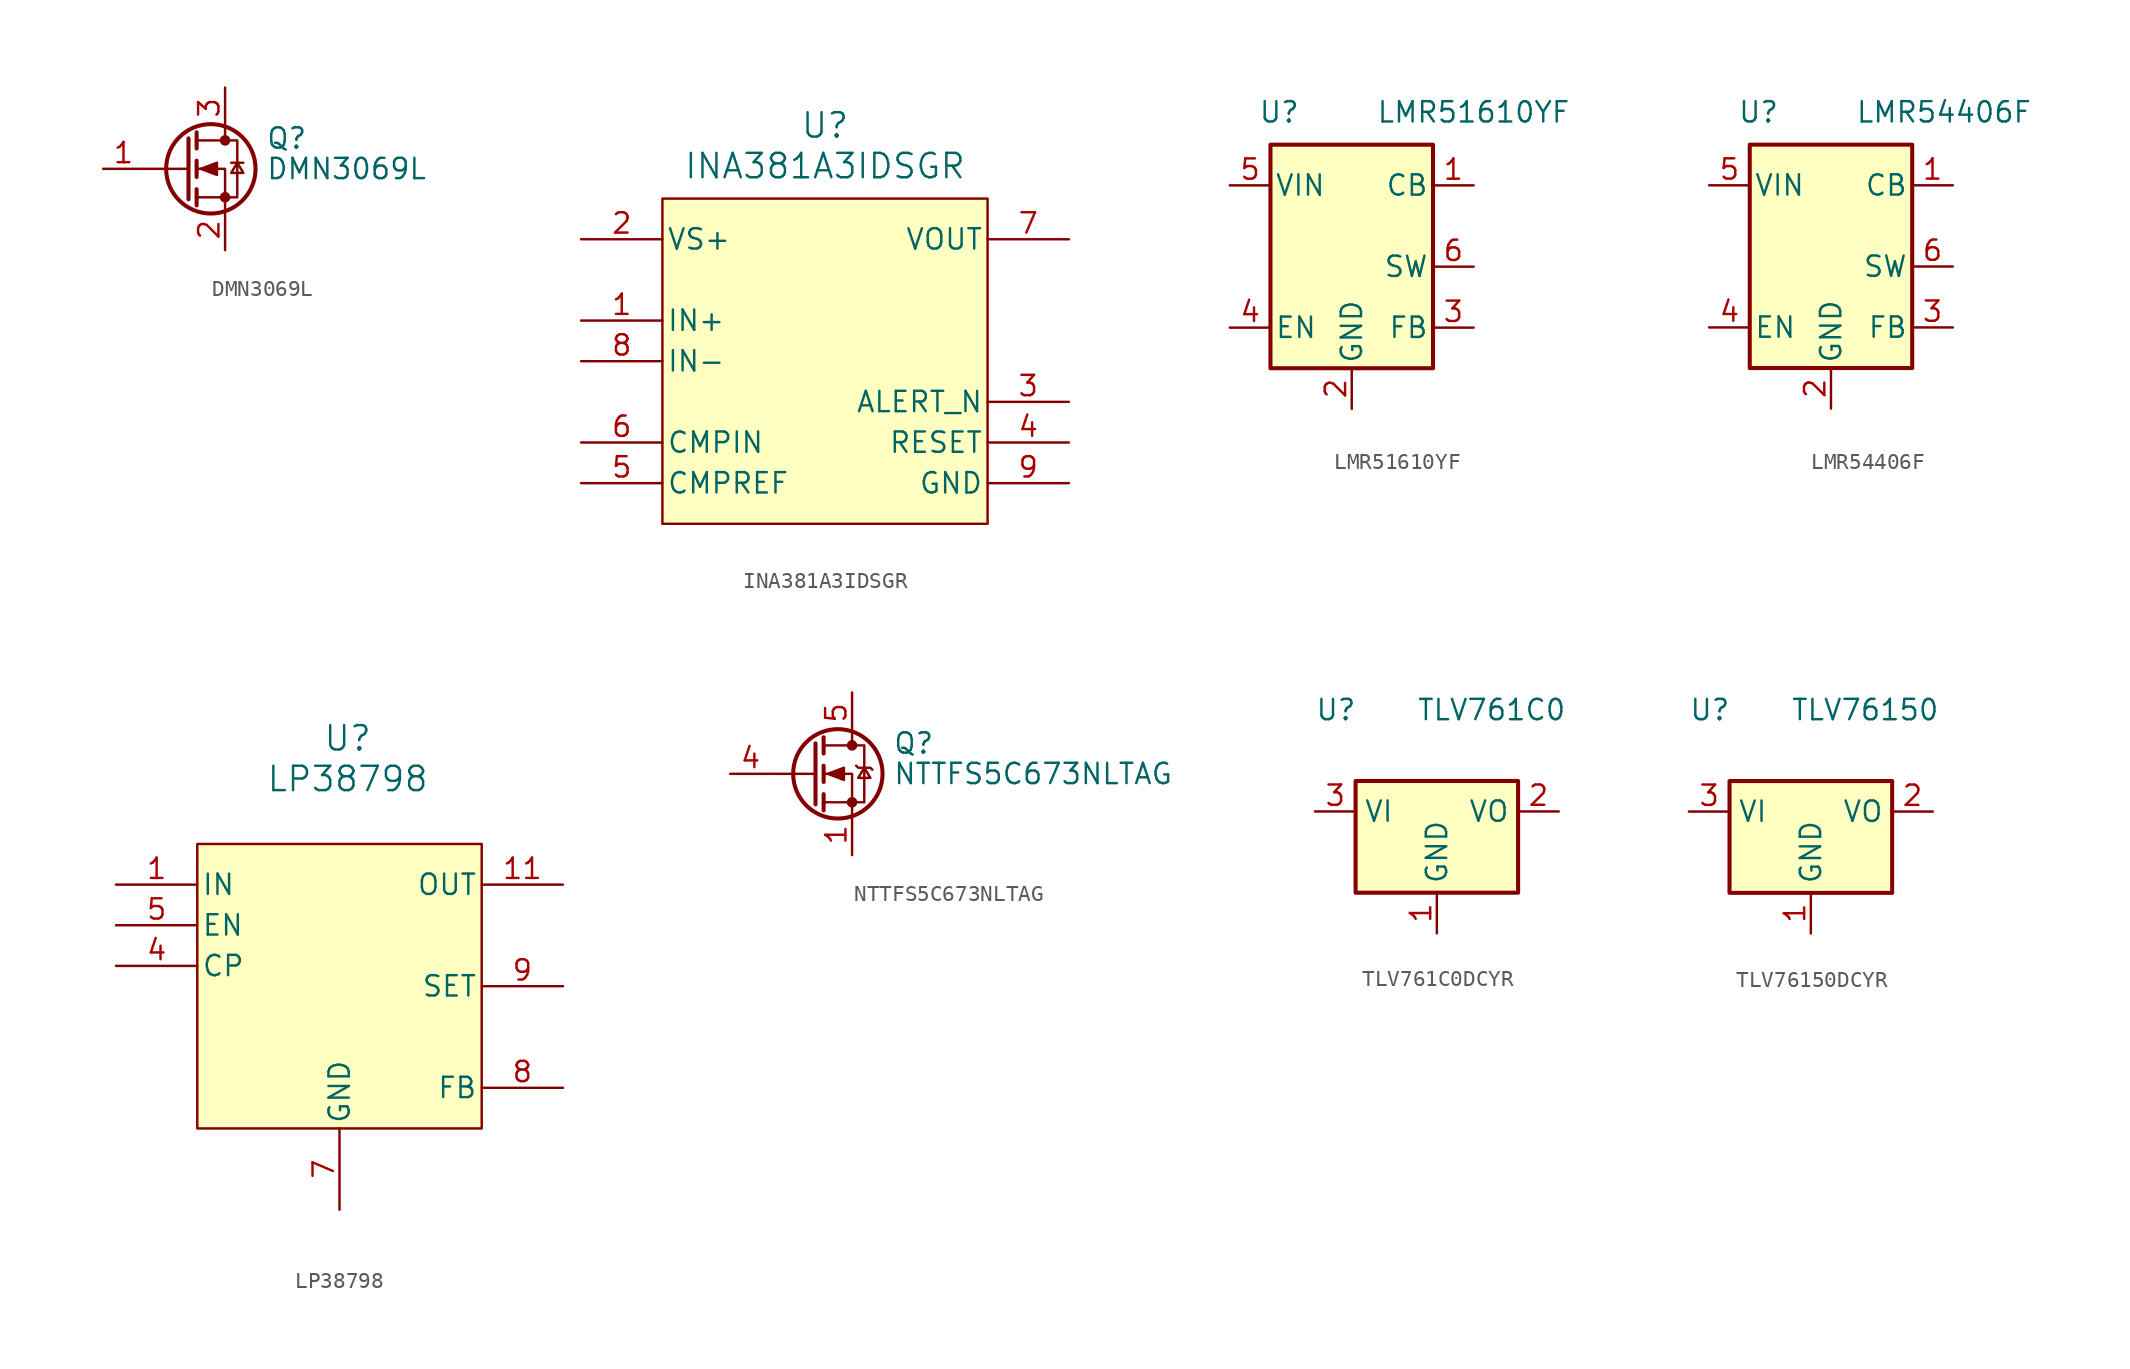
<source format=kicad_sym>
(kicad_symbol_lib
  (version 20241209)
  (generator "kicad_symbol_editor")
  (generator_version "9.0")
  (symbol "DMN3069L"
    (pin_names
      (offset 0)
      (hide yes))
    (property "Reference" "Q"
      (at 5.08 1.905 0)
      (effects (font (size 1.27 1.27)) (justify left)))
    (property "Value" "DMN3069L"
      (at 5.08 0 0)
      (effects (font (size 1.27 1.27)) (justify left)))
    (symbol "DMN3069L_0_1"
      (polyline (pts (xy 0.254 1.905) (xy 0.254 -1.905)) (stroke (width 0.254) (type default)) (fill (type none)))
      (polyline (pts (xy 0.254 0) (xy -2.54 0)) (stroke (width 0) (type default)) (fill (type none)))
      (polyline (pts (xy 0.762 2.286) (xy 0.762 1.27)) (stroke (width 0.254) (type default)) (fill (type none)))
      (polyline (pts (xy 0.762 0.508) (xy 0.762 -0.508)) (stroke (width 0.254) (type default)) (fill (type none)))
      (polyline (pts (xy 0.762 -1.27) (xy 0.762 -2.286)) (stroke (width 0.254) (type default)) (fill (type none)))
      (polyline (pts (xy 0.762 -1.778) (xy 3.302 -1.778) (xy 3.302 1.778) (xy 0.762 1.778)) (stroke (width 0) (type default)) (fill (type none)))
      (polyline (pts (xy 1.016 0) (xy 2.032 0.381) (xy 2.032 -0.381) (xy 1.016 0)) (stroke (width 0) (type default)) (fill (type outline)))
      (circle (center 1.651 0) (radius 2.794) (stroke (width 0.254) (type default)) (fill (type none)))
      (polyline (pts (xy 2.54 2.54) (xy 2.54 1.778)) (stroke (width 0) (type default)) (fill (type none)))
      (circle (center 2.54 1.778) (radius 0.254) (stroke (width 0) (type default)) (fill (type outline)))
      (circle (center 2.54 -1.778) (radius 0.254) (stroke (width 0) (type default)) (fill (type outline)))
      (polyline (pts (xy 2.54 -2.54) (xy 2.54 0) (xy 0.762 0)) (stroke (width 0) (type default)) (fill (type none)))
      (polyline (pts (xy 2.921 0.381) (xy 3.683 0.381)) (stroke (width 0) (type default)) (fill (type none)))
      (polyline (pts (xy 3.302 0.381) (xy 2.921 -0.254) (xy 3.683 -0.254) (xy 3.302 0.381)) (stroke (width 0) (type default)) (fill (type none))))
    (symbol "DMN3069L_1_1"
      (pin input line (at -5.08 0 0) (length 2.54) (name "G" (effects (font (size 1.27 1.27)))) (number "1" (effects (font (size 1.27 1.27)))))
      (pin passive line (at 2.54 5.08 270) (length 2.54) (name "D" (effects (font (size 1.27 1.27)))) (number "3" (effects (font (size 1.27 1.27)))))
      (pin passive line (at 2.54 -5.08 90) (length 2.54) (name "S" (effects (font (size 1.27 1.27)))) (number "2" (effects (font (size 1.27 1.27)))))))
  (symbol "INA381A3IDSGR"
    (pin_names
      (offset 0.254))
    (property "Reference" "U"
      (at 0 14.732 0)
      (effects (font (size 1.524 1.524))))
    (property "Value" "INA381A3IDSGR"
      (at 0 12.192 0)
      (effects (font (size 1.524 1.524))))
    (symbol "INA381A3IDSGR_0_1"
      (pin power_in line (at -15.24 7.62 0) (length 5.08) (name "VS+" (effects (font (size 1.27 1.27)))) (number "2" (effects (font (size 1.27 1.27)))))
      (pin input line (at -15.24 2.54 0) (length 5.08) (name "IN+" (effects (font (size 1.27 1.27)))) (number "1" (effects (font (size 1.27 1.27)))))
      (pin input line (at -15.24 0 0) (length 5.08) (name "IN-" (effects (font (size 1.27 1.27)))) (number "8" (effects (font (size 1.27 1.27)))))
      (pin input line (at -15.24 -5.08 0) (length 5.08) (name "CMPIN" (effects (font (size 1.27 1.27)))) (number "6" (effects (font (size 1.27 1.27)))))
      (pin input line (at -15.24 -7.62 0) (length 5.08) (name "CMPREF" (effects (font (size 1.27 1.27)))) (number "5" (effects (font (size 1.27 1.27)))))
      (pin output line (at 15.24 7.62 180) (length 5.08) (name "VOUT" (effects (font (size 1.27 1.27)))) (number "7" (effects (font (size 1.27 1.27)))))
      (pin input line (at 15.24 -5.08 180) (length 5.08) (name "RESET" (effects (font (size 1.27 1.27)))) (number "4" (effects (font (size 1.27 1.27))))))
    (symbol "INA381A3IDSGR_1_1"
      (rectangle (start -10.16 10.16) (end 10.16 -10.16) (stroke (width 0) (type default)) (fill (type background)))
      (pin output line (at 15.24 -2.54 180) (length 5.08) (name "ALERT_N" (effects (font (size 1.27 1.27)))) (number "3" (effects (font (size 1.27 1.27)))))
      (pin unspecified line (at 15.24 -7.62 180) (length 5.08) (name "GND" (effects (font (size 1.27 1.27)))) (number "9" (effects (font (size 1.27 1.27)))))))
  (symbol "LMR51610YF"
    (pin_names
      (offset 0.254))
    (property "Reference" "U"
      (at -5.842 10.922 0)
      (effects (font (size 1.27 1.27)) (justify left)))
    (property "Value" "LMR51610YF"
      (at 1.524 10.922 0)
      (effects (font (size 1.27 1.27)) (justify left)))
    (symbol "LMR51610YF_0_1"
      (rectangle (start -5.08 8.89) (end 5.08 -5.08) (stroke (width 0.254) (type default)) (fill (type background))))
    (symbol "LMR51610YF_1_1"
      (pin power_in line (at -7.62 6.35 0) (length 2.54) (name "VIN" (effects (font (size 1.27 1.27)))) (number "5" (effects (font (size 1.27 1.27)))))
      (pin input line (at -7.62 -2.54 0) (length 2.54) (name "EN" (effects (font (size 1.27 1.27)))) (number "4" (effects (font (size 1.27 1.27)))))
      (pin power_in line (at 0 -7.62 90) (length 2.54) (name "GND" (effects (font (size 1.27 1.27)))) (number "2" (effects (font (size 1.27 1.27)))))
      (pin power_in line (at 7.62 6.35 180) (length 2.54) (name "CB" (effects (font (size 1.27 1.27)))) (number "1" (effects (font (size 1.27 1.27)))))
      (pin power_out line (at 7.62 1.27 180) (length 2.54) (name "SW" (effects (font (size 1.27 1.27)))) (number "6" (effects (font (size 1.27 1.27)))))
      (pin input line (at 7.62 -2.54 180) (length 2.54) (name "FB" (effects (font (size 1.27 1.27)))) (number "3" (effects (font (size 1.27 1.27)))))))
  (symbol "LMR54406F"
    (pin_names
      (offset 0.254))
    (property "Reference" "U"
      (at -5.842 10.922 0)
      (effects (font (size 1.27 1.27)) (justify left)))
    (property "Value" "LMR54406F"
      (at 1.524 10.922 0)
      (effects (font (size 1.27 1.27)) (justify left)))
    (symbol "LMR54406F_0_1"
      (rectangle (start -5.08 8.89) (end 5.08 -5.08) (stroke (width 0.254) (type default)) (fill (type background))))
    (symbol "LMR54406F_1_1"
      (pin power_in line (at -7.62 6.35 0) (length 2.54) (name "VIN" (effects (font (size 1.27 1.27)))) (number "5" (effects (font (size 1.27 1.27)))))
      (pin input line (at -7.62 -2.54 0) (length 2.54) (name "EN" (effects (font (size 1.27 1.27)))) (number "4" (effects (font (size 1.27 1.27)))))
      (pin power_in line (at 0 -7.62 90) (length 2.54) (name "GND" (effects (font (size 1.27 1.27)))) (number "2" (effects (font (size 1.27 1.27)))))
      (pin power_in line (at 7.62 6.35 180) (length 2.54) (name "CB" (effects (font (size 1.27 1.27)))) (number "1" (effects (font (size 1.27 1.27)))))
      (pin power_out line (at 7.62 1.27 180) (length 2.54) (name "SW" (effects (font (size 1.27 1.27)))) (number "6" (effects (font (size 1.27 1.27)))))
      (pin input line (at 7.62 -2.54 180) (length 2.54) (name "FB" (effects (font (size 1.27 1.27)))) (number "3" (effects (font (size 1.27 1.27)))))))
  (symbol "LP38798"
    (pin_names
      (offset 0.254))
    (property "Reference" "U"
      (at 0.508 11.684 0)
      (effects (font (size 1.524 1.524))))
    (property "Value" "LP38798"
      (at 0.508 9.144 0)
      (effects (font (size 1.524 1.524))))
    (symbol "LP38798_0_1"
      (pin power_in line (at -13.97 2.54 0) (length 5.08) (name "IN" (effects (font (size 1.27 1.27)))) (number "1" (effects (font (size 1.27 1.27)))))
      (pin power_in line (at -13.97 2.54 0) (length 5.08) (hide yes) (name "IN" (effects (font (size 1.27 1.27)))) (number "2" (effects (font (size 1.27 1.27)))))
      (pin power_in line (at -13.97 2.54 0) (length 5.08) (hide yes) (name "IN(CP)" (effects (font (size 1.27 1.27)))) (number "3" (effects (font (size 1.27 1.27)))))
      (pin input line (at -13.97 0 0) (length 5.08) (name "EN" (effects (font (size 1.27 1.27)))) (number "5" (effects (font (size 1.27 1.27)))))
      (pin output line (at -13.97 -2.54 0) (length 5.08) (name "CP" (effects (font (size 1.27 1.27)))) (number "4" (effects (font (size 1.27 1.27)))))
      (pin passive line (at 0 -17.78 90) (length 5.08) (hide yes) (name "EPAD" (effects (font (size 1.27 1.27)))) (number "13" (effects (font (size 1.27 1.27)))))
      (pin power_in line (at 0 -17.78 90) (length 5.08) (hide yes) (name "GND(CP)" (effects (font (size 1.27 1.27)))) (number "6" (effects (font (size 1.27 1.27)))))
      (pin power_in line (at 0 -17.78 90) (length 5.08) (name "GND" (effects (font (size 1.27 1.27)))) (number "7" (effects (font (size 1.27 1.27)))))
      (pin power_out line (at 13.97 2.54 180) (length 5.08) (hide yes) (name "OUT(FB)" (effects (font (size 1.27 1.27)))) (number "10" (effects (font (size 1.27 1.27)))))
      (pin power_out line (at 13.97 2.54 180) (length 5.08) (name "OUT" (effects (font (size 1.27 1.27)))) (number "11" (effects (font (size 1.27 1.27)))))
      (pin power_out line (at 13.97 2.54 180) (length 5.08) (hide yes) (name "OUT" (effects (font (size 1.27 1.27)))) (number "12" (effects (font (size 1.27 1.27)))))
      (pin output line (at 13.97 -3.81 180) (length 5.08) (name "SET" (effects (font (size 1.27 1.27)))) (number "9" (effects (font (size 1.27 1.27)))))
      (pin output line (at 13.97 -10.16 180) (length 5.08) (name "FB" (effects (font (size 1.27 1.27)))) (number "8" (effects (font (size 1.27 1.27))))))
    (symbol "LP38798_1_1"
      (rectangle (start -8.89 5.08) (end 8.89 -12.7) (stroke (width 0) (type default)) (fill (type background)))))
  (symbol "NTTFS5C673NLTAG"
    (pin_names
      (hide yes))
    (property "Reference" "Q"
      (at 5.08 1.905 0)
      (effects (font (size 1.27 1.27)) (justify left)))
    (property "Value" "NTTFS5C673NLTAG"
      (at 5.08 0 0)
      (effects (font (size 1.27 1.27)) (justify left)))
    (symbol "NTTFS5C673NLTAG_0_1"
      (polyline (pts (xy 0.254 1.905) (xy 0.254 -1.905)) (stroke (width 0.254) (type default)) (fill (type none)))
      (polyline (pts (xy 0.254 0) (xy -2.54 0)) (stroke (width 0) (type default)) (fill (type none)))
      (polyline (pts (xy 0.762 2.286) (xy 0.762 1.27)) (stroke (width 0.254) (type default)) (fill (type none)))
      (polyline (pts (xy 0.762 0.508) (xy 0.762 -0.508)) (stroke (width 0.254) (type default)) (fill (type none)))
      (polyline (pts (xy 0.762 -1.27) (xy 0.762 -2.286)) (stroke (width 0.254) (type default)) (fill (type none)))
      (polyline (pts (xy 0.762 -1.778) (xy 3.302 -1.778) (xy 3.302 1.778) (xy 0.762 1.778)) (stroke (width 0) (type default)) (fill (type none)))
      (polyline (pts (xy 1.016 0) (xy 2.032 0.381) (xy 2.032 -0.381) (xy 1.016 0)) (stroke (width 0) (type default)) (fill (type outline)))
      (circle (center 1.651 0) (radius 2.794) (stroke (width 0.254) (type default)) (fill (type none)))
      (polyline (pts (xy 2.54 2.54) (xy 2.54 1.778)) (stroke (width 0) (type default)) (fill (type none)))
      (circle (center 2.54 1.778) (radius 0.254) (stroke (width 0) (type default)) (fill (type outline)))
      (circle (center 2.54 -1.778) (radius 0.254) (stroke (width 0) (type default)) (fill (type outline)))
      (polyline (pts (xy 2.54 -2.54) (xy 2.54 0) (xy 0.762 0)) (stroke (width 0) (type default)) (fill (type none)))
      (polyline (pts (xy 2.794 0.508) (xy 2.921 0.381) (xy 3.683 0.381) (xy 3.81 0.254)) (stroke (width 0) (type default)) (fill (type none)))
      (polyline (pts (xy 3.302 0.381) (xy 2.921 -0.254) (xy 3.683 -0.254) (xy 3.302 0.381)) (stroke (width 0) (type default)) (fill (type none))))
    (symbol "NTTFS5C673NLTAG_1_1"
      (pin passive line (at -5.08 0 0) (length 2.54) (name "G" (effects (font (size 1.27 1.27)))) (number "4" (effects (font (size 1.27 1.27)))))
      (pin passive line (at 2.54 5.08 270) (length 2.54) (name "D" (effects (font (size 1.27 1.27)))) (number "5" (effects (font (size 1.27 1.27)))))
      (pin passive line (at 2.54 -5.08 90) (length 2.54) (name "S" (effects (font (size 1.27 1.27)))) (number "1" (effects (font (size 1.27 1.27)))))
      (pin passive line (at 2.54 -5.08 90) (length 2.54) (hide yes) (name "S" (effects (font (size 1.27 1.27)))) (number "2" (effects (font (size 1.27 1.27)))))
      (pin passive line (at 2.54 -5.08 90) (length 2.54) (hide yes) (name "S" (effects (font (size 1.27 1.27)))) (number "3" (effects (font (size 1.27 1.27)))))))
  (symbol "TLV761C0DCYR"
    (property "Reference" "U"
      (at -7.62 6.35 0)
      (effects (font (size 1.27 1.27)) (justify left)))
    (property "Value" "TLV761C0"
      (at -1.27 6.35 0)
      (effects (font (size 1.27 1.27)) (justify left)))
    (symbol "TLV761C0DCYR_0_1"
      (rectangle (start -5.08 -5.08) (end 5.08 1.905) (stroke (width 0.254) (type default)) (fill (type background))))
    (symbol "TLV761C0DCYR_1_1"
      (pin power_in line (at -7.62 0 0) (length 2.54) (name "VI" (effects (font (size 1.27 1.27)))) (number "3" (effects (font (size 1.27 1.27)))))
      (pin power_in line (at 0 -7.62 90) (length 2.54) (name "GND" (effects (font (size 1.27 1.27)))) (number "1" (effects (font (size 1.27 1.27)))))
      (pin power_out line (at 7.62 0 180) (length 2.54) (name "VO" (effects (font (size 1.27 1.27)))) (number "2" (effects (font (size 1.27 1.27)))))))
  (symbol "TLV76150DCYR"
    (property "Reference" "U"
      (at -7.62 6.35 0)
      (effects (font (size 1.27 1.27)) (justify left)))
    (property "Value" "TLV76150"
      (at -1.27 6.35 0)
      (effects (font (size 1.27 1.27)) (justify left)))
    (symbol "TLV76150DCYR_0_1"
      (rectangle (start -5.08 -5.08) (end 5.08 1.905) (stroke (width 0.254) (type default)) (fill (type background))))
    (symbol "TLV76150DCYR_1_1"
      (pin power_in line (at -7.62 0 0) (length 2.54) (name "VI" (effects (font (size 1.27 1.27)))) (number "3" (effects (font (size 1.27 1.27)))))
      (pin power_in line (at 0 -7.62 90) (length 2.54) (name "GND" (effects (font (size 1.27 1.27)))) (number "1" (effects (font (size 1.27 1.27)))))
      (pin power_out line (at 7.62 0 180) (length 2.54) (name "VO" (effects (font (size 1.27 1.27)))) (number "2" (effects (font (size 1.27 1.27))))))))
</source>
